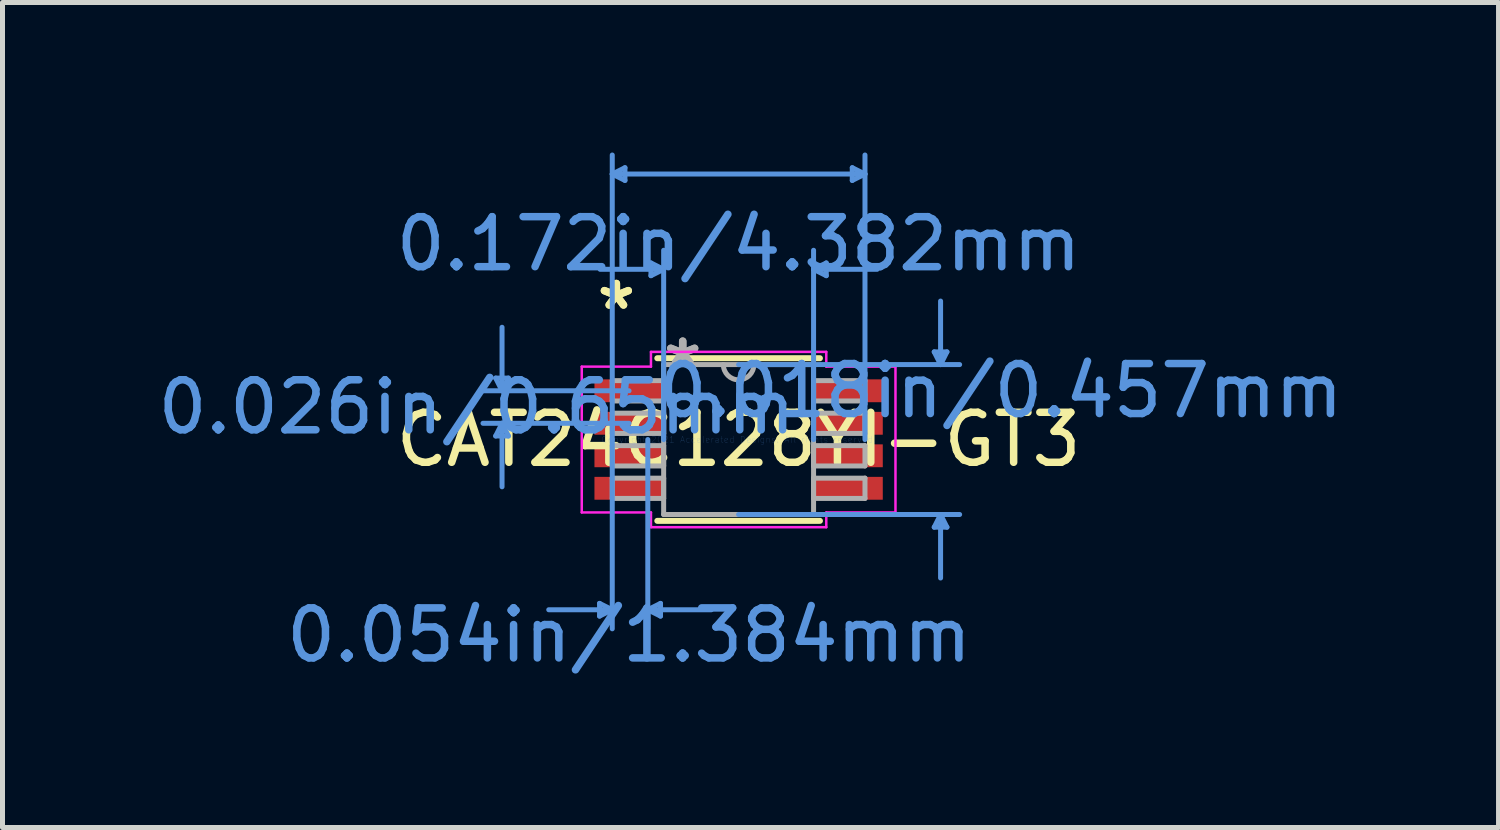
<source format=kicad_pcb>
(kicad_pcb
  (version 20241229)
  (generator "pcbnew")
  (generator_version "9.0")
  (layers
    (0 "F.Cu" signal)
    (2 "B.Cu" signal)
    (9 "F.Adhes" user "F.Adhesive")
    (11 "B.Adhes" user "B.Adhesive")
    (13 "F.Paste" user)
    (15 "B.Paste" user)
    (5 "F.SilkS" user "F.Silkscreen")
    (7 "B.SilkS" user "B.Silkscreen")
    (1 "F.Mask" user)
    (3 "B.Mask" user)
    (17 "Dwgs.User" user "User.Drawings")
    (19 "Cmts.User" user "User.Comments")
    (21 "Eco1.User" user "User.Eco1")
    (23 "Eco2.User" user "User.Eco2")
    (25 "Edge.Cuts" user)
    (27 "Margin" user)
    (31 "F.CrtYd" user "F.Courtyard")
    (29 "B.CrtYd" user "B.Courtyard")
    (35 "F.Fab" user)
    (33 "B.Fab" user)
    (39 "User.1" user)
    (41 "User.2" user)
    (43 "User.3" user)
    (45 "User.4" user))
  (footprint "CAT24C128YI-GT3"
    (layer "F.Cu")
    (at 11.721 5.74)
    (property "Reference" "CAT24C128YI-GT3" (at 0 0 0) (layer "F.SilkS") (effects (font (size 1 1) (thickness 0.15))))
    (attr through_hole)
    (fp_line (start -1.626 1.626) (end 1.626 1.626) (stroke (width 0.12) (type solid)) (layer "F.SilkS"))
    (fp_line (start 1.626 -1.626) (end -1.626 -1.626) (stroke (width 0.12) (type solid)) (layer "F.SilkS"))
    (fp_line (start -4.858 -1.229) (end -4.604 -1.229) (stroke (width 0.1) (type solid)) (layer "Cmts.User"))
    (fp_line (start -4.858 -0.071) (end -4.604 -0.071) (stroke (width 0.1) (type solid)) (layer "Cmts.User"))
    (fp_line (start -4.731 -0.975) (end -4.858 -1.229) (stroke (width 0.1) (type solid)) (layer "Cmts.User"))
    (fp_line (start -4.731 -0.975) (end -4.731 -2.245) (stroke (width 0.1) (type solid)) (layer "Cmts.User"))
    (fp_line (start -4.731 -0.975) (end -4.604 -1.229) (stroke (width 0.1) (type solid)) (layer "Cmts.User"))
    (fp_line (start -4.731 -0.325) (end -4.858 -0.071) (stroke (width 0.1) (type solid)) (layer "Cmts.User"))
    (fp_line (start -4.731 -0.325) (end -4.731 0.945) (stroke (width 0.1) (type solid)) (layer "Cmts.User"))
    (fp_line (start -4.731 -0.325) (end -4.604 -0.071) (stroke (width 0.1) (type solid)) (layer "Cmts.User"))
    (fp_line (start -2.781 3.277) (end -2.781 3.531) (stroke (width 0.1) (type solid)) (layer "Cmts.User"))
    (fp_line (start -2.527 -5.309) (end -2.273 -5.436) (stroke (width 0.1) (type solid)) (layer "Cmts.User"))
    (fp_line (start -2.527 -5.309) (end -2.273 -5.182) (stroke (width 0.1) (type solid)) (layer "Cmts.User"))
    (fp_line (start -2.527 -5.309) (end 2.527 -5.309) (stroke (width 0.1) (type solid)) (layer "Cmts.User"))
    (fp_line (start -2.527 0) (end -2.527 -5.69) (stroke (width 0.1) (type solid)) (layer "Cmts.User"))
    (fp_line (start -2.527 0) (end -2.527 3.785) (stroke (width 0.1) (type solid)) (layer "Cmts.User"))
    (fp_line (start -2.527 3.404) (end -3.797 3.404) (stroke (width 0.1) (type solid)) (layer "Cmts.User"))
    (fp_line (start -2.527 3.404) (end -2.781 3.277) (stroke (width 0.1) (type solid)) (layer "Cmts.User"))
    (fp_line (start -2.527 3.404) (end -2.781 3.531) (stroke (width 0.1) (type solid)) (layer "Cmts.User"))
    (fp_line (start -2.273 -5.436) (end -2.273 -5.182) (stroke (width 0.1) (type solid)) (layer "Cmts.User"))
    (fp_line (start -2.191 -0.975) (end -5.112 -0.975) (stroke (width 0.1) (type solid)) (layer "Cmts.User"))
    (fp_line (start -2.191 -0.325) (end -5.112 -0.325) (stroke (width 0.1) (type solid)) (layer "Cmts.User"))
    (fp_line (start -1.816 0) (end -1.816 3.785) (stroke (width 0.1) (type solid)) (layer "Cmts.User"))
    (fp_line (start -1.816 3.404) (end -1.562 3.277) (stroke (width 0.1) (type solid)) (layer "Cmts.User"))
    (fp_line (start -1.816 3.404) (end -1.562 3.531) (stroke (width 0.1) (type solid)) (layer "Cmts.User"))
    (fp_line (start -1.816 3.404) (end -0.546 3.404) (stroke (width 0.1) (type solid)) (layer "Cmts.User"))
    (fp_line (start -1.753 -3.531) (end -1.753 -3.277) (stroke (width 0.1) (type solid)) (layer "Cmts.User"))
    (fp_line (start -1.562 3.277) (end -1.562 3.531) (stroke (width 0.1) (type solid)) (layer "Cmts.User"))
    (fp_line (start -1.499 -3.404) (end -2.769 -3.404) (stroke (width 0.1) (type solid)) (layer "Cmts.User"))
    (fp_line (start -1.499 -3.404) (end -1.753 -3.531) (stroke (width 0.1) (type solid)) (layer "Cmts.User"))
    (fp_line (start -1.499 -3.404) (end -1.753 -3.277) (stroke (width 0.1) (type solid)) (layer "Cmts.User"))
    (fp_line (start -1.499 0) (end -1.499 -3.785) (stroke (width 0.1) (type solid)) (layer "Cmts.User"))
    (fp_line (start 0 -1.499) (end 4.42 -1.499) (stroke (width 0.1) (type solid)) (layer "Cmts.User"))
    (fp_line (start 0 1.499) (end 4.42 1.499) (stroke (width 0.1) (type solid)) (layer "Cmts.User"))
    (fp_line (start 1.499 -3.404) (end 1.753 -3.531) (stroke (width 0.1) (type solid)) (layer "Cmts.User"))
    (fp_line (start 1.499 -3.404) (end 1.753 -3.277) (stroke (width 0.1) (type solid)) (layer "Cmts.User"))
    (fp_line (start 1.499 -3.404) (end 2.769 -3.404) (stroke (width 0.1) (type solid)) (layer "Cmts.User"))
    (fp_line (start 1.499 0) (end 1.499 -3.785) (stroke (width 0.1) (type solid)) (layer "Cmts.User"))
    (fp_line (start 1.753 -3.531) (end 1.753 -3.277) (stroke (width 0.1) (type solid)) (layer "Cmts.User"))
    (fp_line (start 2.273 -5.436) (end 2.273 -5.182) (stroke (width 0.1) (type solid)) (layer "Cmts.User"))
    (fp_line (start 2.527 -5.309) (end 2.273 -5.436) (stroke (width 0.1) (type solid)) (layer "Cmts.User"))
    (fp_line (start 2.527 -5.309) (end 2.273 -5.182) (stroke (width 0.1) (type solid)) (layer "Cmts.User"))
    (fp_line (start 2.527 0) (end 2.527 -5.69) (stroke (width 0.1) (type solid)) (layer "Cmts.User"))
    (fp_line (start 3.912 -1.753) (end 4.166 -1.753) (stroke (width 0.1) (type solid)) (layer "Cmts.User"))
    (fp_line (start 3.912 1.753) (end 4.166 1.753) (stroke (width 0.1) (type solid)) (layer "Cmts.User"))
    (fp_line (start 4.039 -1.499) (end 3.912 -1.753) (stroke (width 0.1) (type solid)) (layer "Cmts.User"))
    (fp_line (start 4.039 -1.499) (end 4.039 -2.769) (stroke (width 0.1) (type solid)) (layer "Cmts.User"))
    (fp_line (start 4.039 -1.499) (end 4.166 -1.753) (stroke (width 0.1) (type solid)) (layer "Cmts.User"))
    (fp_line (start 4.039 1.499) (end 3.912 1.753) (stroke (width 0.1) (type solid)) (layer "Cmts.User"))
    (fp_line (start 4.039 1.499) (end 4.039 2.769) (stroke (width 0.1) (type solid)) (layer "Cmts.User"))
    (fp_line (start 4.039 1.499) (end 4.166 1.753) (stroke (width 0.1) (type solid)) (layer "Cmts.User"))
    (fp_line (start -3.137 -1.458) (end -1.753 -1.458) (stroke (width 0.05) (type solid)) (layer "F.CrtYd"))
    (fp_line (start -3.137 1.458) (end -3.137 -1.458) (stroke (width 0.05) (type solid)) (layer "F.CrtYd"))
    (fp_line (start -1.753 -1.753) (end 1.753 -1.753) (stroke (width 0.05) (type solid)) (layer "F.CrtYd"))
    (fp_line (start -1.753 -1.458) (end -1.753 -1.753) (stroke (width 0.05) (type solid)) (layer "F.CrtYd"))
    (fp_line (start -1.753 1.458) (end -3.137 1.458) (stroke (width 0.05) (type solid)) (layer "F.CrtYd"))
    (fp_line (start -1.753 1.753) (end -1.753 1.458) (stroke (width 0.05) (type solid)) (layer "F.CrtYd"))
    (fp_line (start 1.753 -1.753) (end 1.753 -1.458) (stroke (width 0.05) (type solid)) (layer "F.CrtYd"))
    (fp_line (start 1.753 -1.458) (end 3.137 -1.458) (stroke (width 0.05) (type solid)) (layer "F.CrtYd"))
    (fp_line (start 1.753 1.458) (end 1.753 1.753) (stroke (width 0.05) (type solid)) (layer "F.CrtYd"))
    (fp_line (start 1.753 1.753) (end -1.753 1.753) (stroke (width 0.05) (type solid)) (layer "F.CrtYd"))
    (fp_line (start 3.137 -1.458) (end 3.137 1.458) (stroke (width 0.05) (type solid)) (layer "F.CrtYd"))
    (fp_line (start 3.137 1.458) (end 1.753 1.458) (stroke (width 0.05) (type solid)) (layer "F.CrtYd"))
    (fp_line (start -2.527 -1.178) (end -2.527 -0.772) (stroke (width 0.1) (type solid)) (layer "F.Fab"))
    (fp_line (start -2.527 -0.772) (end -1.499 -0.772) (stroke (width 0.1) (type solid)) (layer "F.Fab"))
    (fp_line (start -2.527 -0.528) (end -2.527 -0.122) (stroke (width 0.1) (type solid)) (layer "F.Fab"))
    (fp_line (start -2.527 -0.122) (end -1.499 -0.122) (stroke (width 0.1) (type solid)) (layer "F.Fab"))
    (fp_line (start -2.527 0.122) (end -2.527 0.528) (stroke (width 0.1) (type solid)) (layer "F.Fab"))
    (fp_line (start -2.527 0.528) (end -1.499 0.528) (stroke (width 0.1) (type solid)) (layer "F.Fab"))
    (fp_line (start -2.527 0.772) (end -2.527 1.178) (stroke (width 0.1) (type solid)) (layer "F.Fab"))
    (fp_line (start -2.527 1.178) (end -1.499 1.178) (stroke (width 0.1) (type solid)) (layer "F.Fab"))
    (fp_line (start -1.499 -1.499) (end -1.499 1.499) (stroke (width 0.1) (type solid)) (layer "F.Fab"))
    (fp_line (start -1.499 -1.178) (end -2.527 -1.178) (stroke (width 0.1) (type solid)) (layer "F.Fab"))
    (fp_line (start -1.499 -0.772) (end -1.499 -1.178) (stroke (width 0.1) (type solid)) (layer "F.Fab"))
    (fp_line (start -1.499 -0.528) (end -2.527 -0.528) (stroke (width 0.1) (type solid)) (layer "F.Fab"))
    (fp_line (start -1.499 -0.122) (end -1.499 -0.528) (stroke (width 0.1) (type solid)) (layer "F.Fab"))
    (fp_line (start -1.499 0.122) (end -2.527 0.122) (stroke (width 0.1) (type solid)) (layer "F.Fab"))
    (fp_line (start -1.499 0.528) (end -1.499 0.122) (stroke (width 0.1) (type solid)) (layer "F.Fab"))
    (fp_line (start -1.499 0.772) (end -2.527 0.772) (stroke (width 0.1) (type solid)) (layer "F.Fab"))
    (fp_line (start -1.499 1.178) (end -1.499 0.772) (stroke (width 0.1) (type solid)) (layer "F.Fab"))
    (fp_line (start -1.499 1.499) (end 1.499 1.499) (stroke (width 0.1) (type solid)) (layer "F.Fab"))
    (fp_line (start 1.499 -1.499) (end -1.499 -1.499) (stroke (width 0.1) (type solid)) (layer "F.Fab"))
    (fp_line (start 1.499 -1.178) (end 1.499 -0.772) (stroke (width 0.1) (type solid)) (layer "F.Fab"))
    (fp_line (start 1.499 -0.772) (end 2.527 -0.772) (stroke (width 0.1) (type solid)) (layer "F.Fab"))
    (fp_line (start 1.499 -0.528) (end 1.499 -0.122) (stroke (width 0.1) (type solid)) (layer "F.Fab"))
    (fp_line (start 1.499 -0.122) (end 2.527 -0.122) (stroke (width 0.1) (type solid)) (layer "F.Fab"))
    (fp_line (start 1.499 0.122) (end 1.499 0.528) (stroke (width 0.1) (type solid)) (layer "F.Fab"))
    (fp_line (start 1.499 0.528) (end 2.527 0.528) (stroke (width 0.1) (type solid)) (layer "F.Fab"))
    (fp_line (start 1.499 0.772) (end 1.499 1.178) (stroke (width 0.1) (type solid)) (layer "F.Fab"))
    (fp_line (start 1.499 1.178) (end 2.527 1.178) (stroke (width 0.1) (type solid)) (layer "F.Fab"))
    (fp_line (start 1.499 1.499) (end 1.499 -1.499) (stroke (width 0.1) (type solid)) (layer "F.Fab"))
    (fp_line (start 2.527 -1.178) (end 1.499 -1.178) (stroke (width 0.1) (type solid)) (layer "F.Fab"))
    (fp_line (start 2.527 -0.772) (end 2.527 -1.178) (stroke (width 0.1) (type solid)) (layer "F.Fab"))
    (fp_line (start 2.527 -0.528) (end 1.499 -0.528) (stroke (width 0.1) (type solid)) (layer "F.Fab"))
    (fp_line (start 2.527 -0.122) (end 2.527 -0.528) (stroke (width 0.1) (type solid)) (layer "F.Fab"))
    (fp_line (start 2.527 0.122) (end 1.499 0.122) (stroke (width 0.1) (type solid)) (layer "F.Fab"))
    (fp_line (start 2.527 0.528) (end 2.527 0.122) (stroke (width 0.1) (type solid)) (layer "F.Fab"))
    (fp_line (start 2.527 0.772) (end 1.499 0.772) (stroke (width 0.1) (type solid)) (layer "F.Fab"))
    (fp_line (start 2.527 1.178) (end 2.527 0.772) (stroke (width 0.1) (type solid)) (layer "F.Fab"))
    (fp_arc (start 0.3048 -1.4986) (mid 0 -1.1938) (end -0.3048 -1.4986) (stroke (width 0.1) (type solid)) (layer "F.Fab"))
    (fp_text user "*" (at -2.445 -2.575 0) (layer "F.SilkS") (effects (font (size 1 1) (thickness 0.15))))
    (fp_text user "*" (at -2.445 -2.575 0) (layer "F.SilkS") (effects (font (size 1 1) (thickness 0.15))))
    (fp_text user "Copyright 2021 Accelerated Designs. All rights reserved." (at 0 0 0) (layer "Cmts.User") (effects (font (size 0.127 0.127) (thickness 0.002))))
    (fp_text user "0.026in/0.65mm" (at -5.239 -0.65 0) (layer "Cmts.User") (effects (font (size 1 1) (thickness 0.15))))
    (fp_text user "0.172in/4.382mm" (at 0 -3.912 0) (layer "Cmts.User") (effects (font (size 1 1) (thickness 0.15))))
    (fp_text user "0.018in/0.457mm" (at 5.239 -0.975 0) (layer "Cmts.User") (effects (font (size 1 1) (thickness 0.15))))
    (fp_text user "0.054in/1.384mm" (at -2.191 3.912 0) (layer "Cmts.User") (effects (font (size 1 1) (thickness 0.15))))
    (fp_text user "*" (at -1.118 -1.422 0) (layer "F.Fab") (effects (font (size 1 1) (thickness 0.15))))
    (fp_text user "*" (at -1.118 -1.422 0) (layer "F.Fab") (effects (font (size 1 1) (thickness 0.15))))
    (pad "1" smd rect (at -2.191 -0.975) (size 1.384 0.457) (layers "F.Cu" "F.Mask" "F.Paste"))
    (pad "2" smd rect (at -2.191 -0.325) (size 1.384 0.457) (layers "F.Cu" "F.Mask" "F.Paste"))
    (pad "3" smd rect (at -2.191 0.325) (size 1.384 0.457) (layers "F.Cu" "F.Mask" "F.Paste"))
    (pad "4" smd rect (at -2.191 0.975) (size 1.384 0.457) (layers "F.Cu" "F.Mask" "F.Paste"))
    (pad "5" smd rect (at 2.191 0.975) (size 1.384 0.457) (layers "F.Cu" "F.Mask" "F.Paste"))
    (pad "6" smd rect (at 2.191 0.325) (size 1.384 0.457) (layers "F.Cu" "F.Mask" "F.Paste"))
    (pad "7" smd rect (at 2.191 -0.325) (size 1.384 0.457) (layers "F.Cu" "F.Mask" "F.Paste"))
    (pad "8" smd rect (at 2.191 -0.975) (size 1.384 0.457) (layers "F.Cu" "F.Mask" "F.Paste")))
  (gr_rect
    (start -3 -3)
    (end 26.918 13.499)
    (stroke (width 0.1) (type default))
    (fill no)
    (layer "Edge.Cuts")))
</source>
